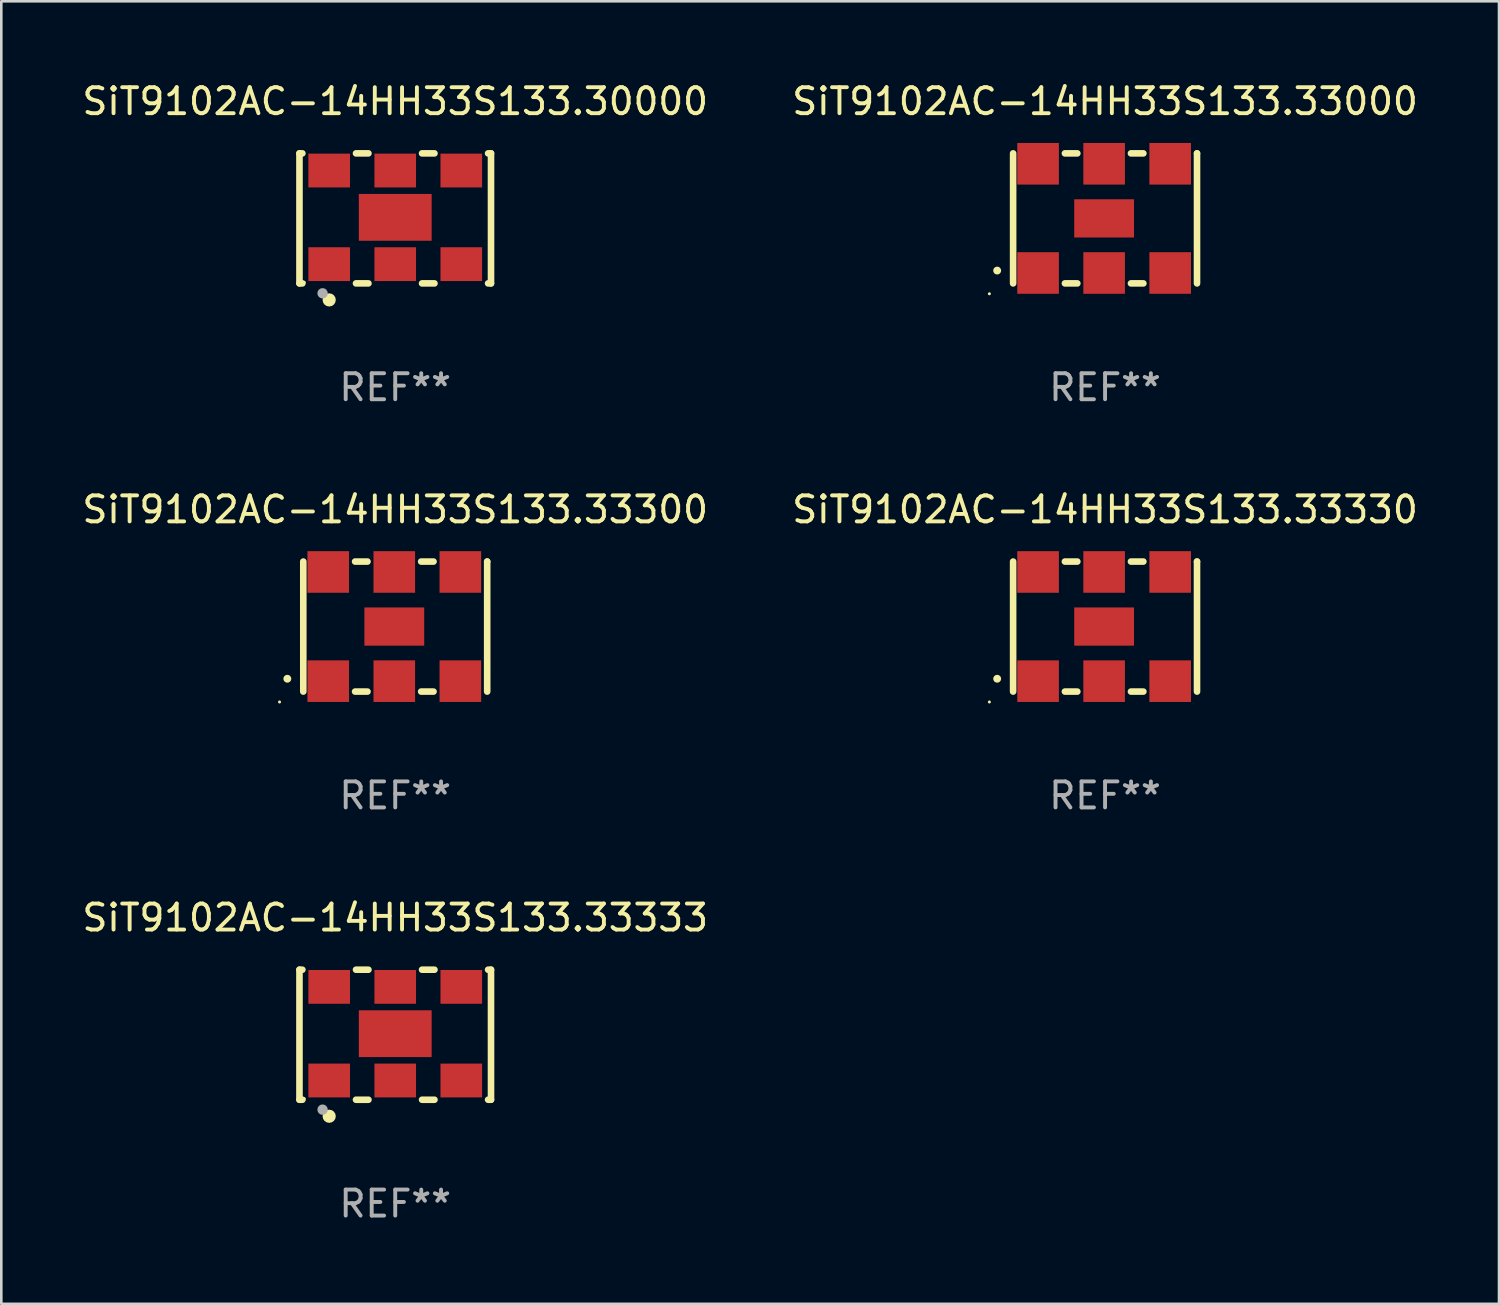
<source format=kicad_pcb>
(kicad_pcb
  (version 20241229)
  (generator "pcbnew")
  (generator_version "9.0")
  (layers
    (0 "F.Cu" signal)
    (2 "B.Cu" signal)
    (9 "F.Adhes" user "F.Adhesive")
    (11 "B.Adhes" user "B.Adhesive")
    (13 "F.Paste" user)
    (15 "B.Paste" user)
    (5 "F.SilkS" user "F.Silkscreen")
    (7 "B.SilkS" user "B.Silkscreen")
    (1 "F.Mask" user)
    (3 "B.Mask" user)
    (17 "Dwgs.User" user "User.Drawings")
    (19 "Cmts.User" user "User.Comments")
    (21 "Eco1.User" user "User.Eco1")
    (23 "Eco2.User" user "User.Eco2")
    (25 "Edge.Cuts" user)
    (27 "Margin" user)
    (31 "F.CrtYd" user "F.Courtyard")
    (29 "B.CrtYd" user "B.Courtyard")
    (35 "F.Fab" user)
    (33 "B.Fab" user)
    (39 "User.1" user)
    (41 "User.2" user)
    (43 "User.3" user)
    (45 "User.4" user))
  (footprint "SiT9102AC-14HH33S133.33333"
    (layer "F.Cu")
    (at 12.149 36.741)
    (property "Reference" "SiT9102AC-14HH33S133.33333" (at 0 -4.5 0) (layer "F.SilkS") (effects (font (size 1 1) (thickness 0.15))))
    (attr through_hole)
    (fp_line (start -3.683 -2.5) (end -3.571 -2.5) (stroke (width 0.254) (type solid)) (layer "F.SilkS"))
    (fp_line (start -3.683 2.5) (end -3.683 -2.5) (stroke (width 0.254) (type solid)) (layer "F.SilkS"))
    (fp_line (start -3.683 2.5) (end -3.571 2.5) (stroke (width 0.254) (type solid)) (layer "F.SilkS"))
    (fp_line (start -1.509 -2.5) (end -1.031 -2.5) (stroke (width 0.254) (type solid)) (layer "F.SilkS"))
    (fp_line (start -1.509 2.5) (end -1.031 2.5) (stroke (width 0.254) (type solid)) (layer "F.SilkS"))
    (fp_line (start 1.031 -2.5) (end 1.509 -2.5) (stroke (width 0.254) (type solid)) (layer "F.SilkS"))
    (fp_line (start 1.031 2.5) (end 1.509 2.5) (stroke (width 0.254) (type solid)) (layer "F.SilkS"))
    (fp_line (start 3.571 -2.5) (end 3.683 -2.5) (stroke (width 0.254) (type solid)) (layer "F.SilkS"))
    (fp_line (start 3.571 2.5) (end 3.683 2.5) (stroke (width 0.254) (type solid)) (layer "F.SilkS"))
    (fp_line (start 3.683 2.5) (end 3.683 -2.5) (stroke (width 0.254) (type solid)) (layer "F.SilkS"))
    (fp_circle (center -3.5 2.46) (end -3.47 2.46) (stroke (width 0.06) (type solid)) (fill no) (layer "F.SilkS"))
    (fp_circle (center -2.54 3.135) (end -2.413 3.135) (stroke (width 0.254) (type solid)) (fill no) (layer "F.SilkS"))
    (fp_circle (center -2.794 2.881) (end -2.694 2.881) (stroke (width 0.2) (type solid)) (fill no) (layer "F.Fab"))
    (fp_text user "REF**" (at 0 6.5 0) (layer "F.Fab") (effects (font (size 1 1) (thickness 0.15))))
    (pad "1" smd rect (at -2.54 1.76) (size 1.6 1.3) (layers "F.Cu" "F.Mask" "F.Paste"))
    (pad "2" smd rect (at 0 1.76) (size 1.6 1.3) (layers "F.Cu" "F.Mask" "F.Paste"))
    (pad "3" smd rect (at 2.54 1.76) (size 1.6 1.3) (layers "F.Cu" "F.Mask" "F.Paste"))
    (pad "4" smd rect (at 2.54 -1.84) (size 1.6 1.3) (layers "F.Cu" "F.Mask" "F.Paste"))
    (pad "5" smd rect (at 0 -1.84) (size 1.6 1.3) (layers "F.Cu" "F.Mask" "F.Paste"))
    (pad "6" smd rect (at -2.54 -1.84) (size 1.6 1.3) (layers "F.Cu" "F.Mask" "F.Paste"))
    (pad "7" smd rect (at 0 -0.04) (size 2.8 1.8) (layers "F.Cu" "F.Mask" "F.Paste")))
  (footprint "SiT9102AC-14HH33S133.30000"
    (layer "F.Cu")
    (at 12.149 5.348)
    (property "Reference" "SiT9102AC-14HH33S133.30000" (at 0 -4.5 0) (layer "F.SilkS") (effects (font (size 1 1) (thickness 0.15))))
    (attr through_hole)
    (fp_line (start -3.683 -2.5) (end -3.571 -2.5) (stroke (width 0.254) (type solid)) (layer "F.SilkS"))
    (fp_line (start -3.683 2.5) (end -3.683 -2.5) (stroke (width 0.254) (type solid)) (layer "F.SilkS"))
    (fp_line (start -3.683 2.5) (end -3.571 2.5) (stroke (width 0.254) (type solid)) (layer "F.SilkS"))
    (fp_line (start -1.509 -2.5) (end -1.031 -2.5) (stroke (width 0.254) (type solid)) (layer "F.SilkS"))
    (fp_line (start -1.509 2.5) (end -1.031 2.5) (stroke (width 0.254) (type solid)) (layer "F.SilkS"))
    (fp_line (start 1.031 -2.5) (end 1.509 -2.5) (stroke (width 0.254) (type solid)) (layer "F.SilkS"))
    (fp_line (start 1.031 2.5) (end 1.509 2.5) (stroke (width 0.254) (type solid)) (layer "F.SilkS"))
    (fp_line (start 3.571 -2.5) (end 3.683 -2.5) (stroke (width 0.254) (type solid)) (layer "F.SilkS"))
    (fp_line (start 3.571 2.5) (end 3.683 2.5) (stroke (width 0.254) (type solid)) (layer "F.SilkS"))
    (fp_line (start 3.683 2.5) (end 3.683 -2.5) (stroke (width 0.254) (type solid)) (layer "F.SilkS"))
    (fp_circle (center -3.5 2.46) (end -3.47 2.46) (stroke (width 0.06) (type solid)) (fill no) (layer "F.SilkS"))
    (fp_circle (center -2.54 3.135) (end -2.413 3.135) (stroke (width 0.254) (type solid)) (fill no) (layer "F.SilkS"))
    (fp_circle (center -2.794 2.881) (end -2.694 2.881) (stroke (width 0.2) (type solid)) (fill no) (layer "F.Fab"))
    (fp_text user "REF**" (at 0 6.5 0) (layer "F.Fab") (effects (font (size 1 1) (thickness 0.15))))
    (pad "1" smd rect (at -2.54 1.76) (size 1.6 1.3) (layers "F.Cu" "F.Mask" "F.Paste"))
    (pad "2" smd rect (at 0 1.76) (size 1.6 1.3) (layers "F.Cu" "F.Mask" "F.Paste"))
    (pad "3" smd rect (at 2.54 1.76) (size 1.6 1.3) (layers "F.Cu" "F.Mask" "F.Paste"))
    (pad "4" smd rect (at 2.54 -1.84) (size 1.6 1.3) (layers "F.Cu" "F.Mask" "F.Paste"))
    (pad "5" smd rect (at 0 -1.84) (size 1.6 1.3) (layers "F.Cu" "F.Mask" "F.Paste"))
    (pad "6" smd rect (at -2.54 -1.84) (size 1.6 1.3) (layers "F.Cu" "F.Mask" "F.Paste"))
    (pad "7" smd rect (at 0 -0.04) (size 2.8 1.8) (layers "F.Cu" "F.Mask" "F.Paste")))
  (footprint "SiT9102AC-14HH33S133.33330"
    (layer "F.Cu")
    (at 39.446 21.045)
    (property "Reference" "SiT9102AC-14HH33S133.33330" (at 0 -4.5 0) (layer "F.SilkS") (effects (font (size 1 1) (thickness 0.15))))
    (attr through_hole)
    (fp_line (start -3.536 -2.5) (end -3.536 2.5) (stroke (width 0.254) (type solid)) (layer "F.SilkS"))
    (fp_line (start -1.544 2.5) (end -1.067 2.5) (stroke (width 0.254) (type solid)) (layer "F.SilkS"))
    (fp_line (start -1.067 -2.5) (end -1.544 -2.5) (stroke (width 0.254) (type solid)) (layer "F.SilkS"))
    (fp_line (start 0.996 2.5) (end 1.473 2.5) (stroke (width 0.254) (type solid)) (layer "F.SilkS"))
    (fp_line (start 1.473 -2.5) (end 0.996 -2.5) (stroke (width 0.254) (type solid)) (layer "F.SilkS"))
    (fp_line (start 3.536 -2.5) (end 3.536 -2.5) (stroke (width 0.254) (type solid)) (layer "F.SilkS"))
    (fp_line (start 3.536 2.5) (end 3.536 -2.5) (stroke (width 0.254) (type solid)) (layer "F.SilkS"))
    (fp_arc (start -4.150432 2.006604) (mid -4.149162 2.006599) (end -4.147892 2.006604) (stroke (width 0.3) (type solid)) (layer "F.SilkS"))
    (fp_circle (center -4.449 2.9) (end -4.419 2.9) (stroke (width 0.06) (type solid)) (fill no) (layer "F.SilkS"))
    (fp_text user "REF**" (at 0 6.5 0) (layer "F.Fab") (effects (font (size 1 1) (thickness 0.15))))
    (pad "1" smd rect (at -2.576 2.1) (size 1.6 1.6) (layers "F.Cu" "F.Mask" "F.Paste"))
    (pad "2" smd rect (at -0.036 2.1) (size 1.6 1.6) (layers "F.Cu" "F.Mask" "F.Paste"))
    (pad "3" smd rect (at 2.504 2.1) (size 1.6 1.6) (layers "F.Cu" "F.Mask" "F.Paste"))
    (pad "4" smd rect (at 2.504 -2.1) (size 1.6 1.6) (layers "F.Cu" "F.Mask" "F.Paste"))
    (pad "5" smd rect (at -0.036 -2.1) (size 1.6 1.6) (layers "F.Cu" "F.Mask" "F.Paste"))
    (pad "6" smd rect (at -2.576 -2.1) (size 1.6 1.6) (layers "F.Cu" "F.Mask" "F.Paste"))
    (pad "7" smd rect (at -0.036 0) (size 2.3 1.47) (layers "F.Cu" "F.Mask" "F.Paste")))
  (footprint "SiT9102AC-14HH33S133.33000"
    (layer "F.Cu")
    (at 39.446 5.348)
    (property "Reference" "SiT9102AC-14HH33S133.33000" (at 0 -4.5 0) (layer "F.SilkS") (effects (font (size 1 1) (thickness 0.15))))
    (attr through_hole)
    (fp_line (start -3.536 -2.5) (end -3.536 2.5) (stroke (width 0.254) (type solid)) (layer "F.SilkS"))
    (fp_line (start -1.544 2.5) (end -1.067 2.5) (stroke (width 0.254) (type solid)) (layer "F.SilkS"))
    (fp_line (start -1.067 -2.5) (end -1.544 -2.5) (stroke (width 0.254) (type solid)) (layer "F.SilkS"))
    (fp_line (start 0.996 2.5) (end 1.473 2.5) (stroke (width 0.254) (type solid)) (layer "F.SilkS"))
    (fp_line (start 1.473 -2.5) (end 0.996 -2.5) (stroke (width 0.254) (type solid)) (layer "F.SilkS"))
    (fp_line (start 3.536 -2.5) (end 3.536 -2.5) (stroke (width 0.254) (type solid)) (layer "F.SilkS"))
    (fp_line (start 3.536 2.5) (end 3.536 -2.5) (stroke (width 0.254) (type solid)) (layer "F.SilkS"))
    (fp_arc (start -4.150432 2.006604) (mid -4.149162 2.006599) (end -4.147892 2.006604) (stroke (width 0.3) (type solid)) (layer "F.SilkS"))
    (fp_circle (center -4.449 2.9) (end -4.419 2.9) (stroke (width 0.06) (type solid)) (fill no) (layer "F.SilkS"))
    (fp_text user "REF**" (at 0 6.5 0) (layer "F.Fab") (effects (font (size 1 1) (thickness 0.15))))
    (pad "1" smd rect (at -2.576 2.1) (size 1.6 1.6) (layers "F.Cu" "F.Mask" "F.Paste"))
    (pad "2" smd rect (at -0.036 2.1) (size 1.6 1.6) (layers "F.Cu" "F.Mask" "F.Paste"))
    (pad "3" smd rect (at 2.504 2.1) (size 1.6 1.6) (layers "F.Cu" "F.Mask" "F.Paste"))
    (pad "4" smd rect (at 2.504 -2.1) (size 1.6 1.6) (layers "F.Cu" "F.Mask" "F.Paste"))
    (pad "5" smd rect (at -0.036 -2.1) (size 1.6 1.6) (layers "F.Cu" "F.Mask" "F.Paste"))
    (pad "6" smd rect (at -2.576 -2.1) (size 1.6 1.6) (layers "F.Cu" "F.Mask" "F.Paste"))
    (pad "7" smd rect (at -0.036 0) (size 2.3 1.47) (layers "F.Cu" "F.Mask" "F.Paste")))
  (footprint "SiT9102AC-14HH33S133.33300"
    (layer "F.Cu")
    (at 12.149 21.045)
    (property "Reference" "SiT9102AC-14HH33S133.33300" (at 0 -4.5 0) (layer "F.SilkS") (effects (font (size 1 1) (thickness 0.15))))
    (attr through_hole)
    (fp_line (start -3.536 -2.5) (end -3.536 2.5) (stroke (width 0.254) (type solid)) (layer "F.SilkS"))
    (fp_line (start -1.544 2.5) (end -1.067 2.5) (stroke (width 0.254) (type solid)) (layer "F.SilkS"))
    (fp_line (start -1.067 -2.5) (end -1.544 -2.5) (stroke (width 0.254) (type solid)) (layer "F.SilkS"))
    (fp_line (start 0.996 2.5) (end 1.473 2.5) (stroke (width 0.254) (type solid)) (layer "F.SilkS"))
    (fp_line (start 1.473 -2.5) (end 0.996 -2.5) (stroke (width 0.254) (type solid)) (layer "F.SilkS"))
    (fp_line (start 3.536 -2.5) (end 3.536 -2.5) (stroke (width 0.254) (type solid)) (layer "F.SilkS"))
    (fp_line (start 3.536 2.5) (end 3.536 -2.5) (stroke (width 0.254) (type solid)) (layer "F.SilkS"))
    (fp_arc (start -4.150432 2.006604) (mid -4.149162 2.006599) (end -4.147892 2.006604) (stroke (width 0.3) (type solid)) (layer "F.SilkS"))
    (fp_circle (center -4.449 2.9) (end -4.419 2.9) (stroke (width 0.06) (type solid)) (fill no) (layer "F.SilkS"))
    (fp_text user "REF**" (at 0 6.5 0) (layer "F.Fab") (effects (font (size 1 1) (thickness 0.15))))
    (pad "1" smd rect (at -2.576 2.1) (size 1.6 1.6) (layers "F.Cu" "F.Mask" "F.Paste"))
    (pad "2" smd rect (at -0.036 2.1) (size 1.6 1.6) (layers "F.Cu" "F.Mask" "F.Paste"))
    (pad "3" smd rect (at 2.504 2.1) (size 1.6 1.6) (layers "F.Cu" "F.Mask" "F.Paste"))
    (pad "4" smd rect (at 2.504 -2.1) (size 1.6 1.6) (layers "F.Cu" "F.Mask" "F.Paste"))
    (pad "5" smd rect (at -0.036 -2.1) (size 1.6 1.6) (layers "F.Cu" "F.Mask" "F.Paste"))
    (pad "6" smd rect (at -2.576 -2.1) (size 1.6 1.6) (layers "F.Cu" "F.Mask" "F.Paste"))
    (pad "7" smd rect (at -0.036 0) (size 2.3 1.47) (layers "F.Cu" "F.Mask" "F.Paste")))
  (gr_rect
    (start -3 -3)
    (end 54.595 47.09)
    (stroke (width 0.1) (type default))
    (fill no)
    (layer "Edge.Cuts")))
</source>
